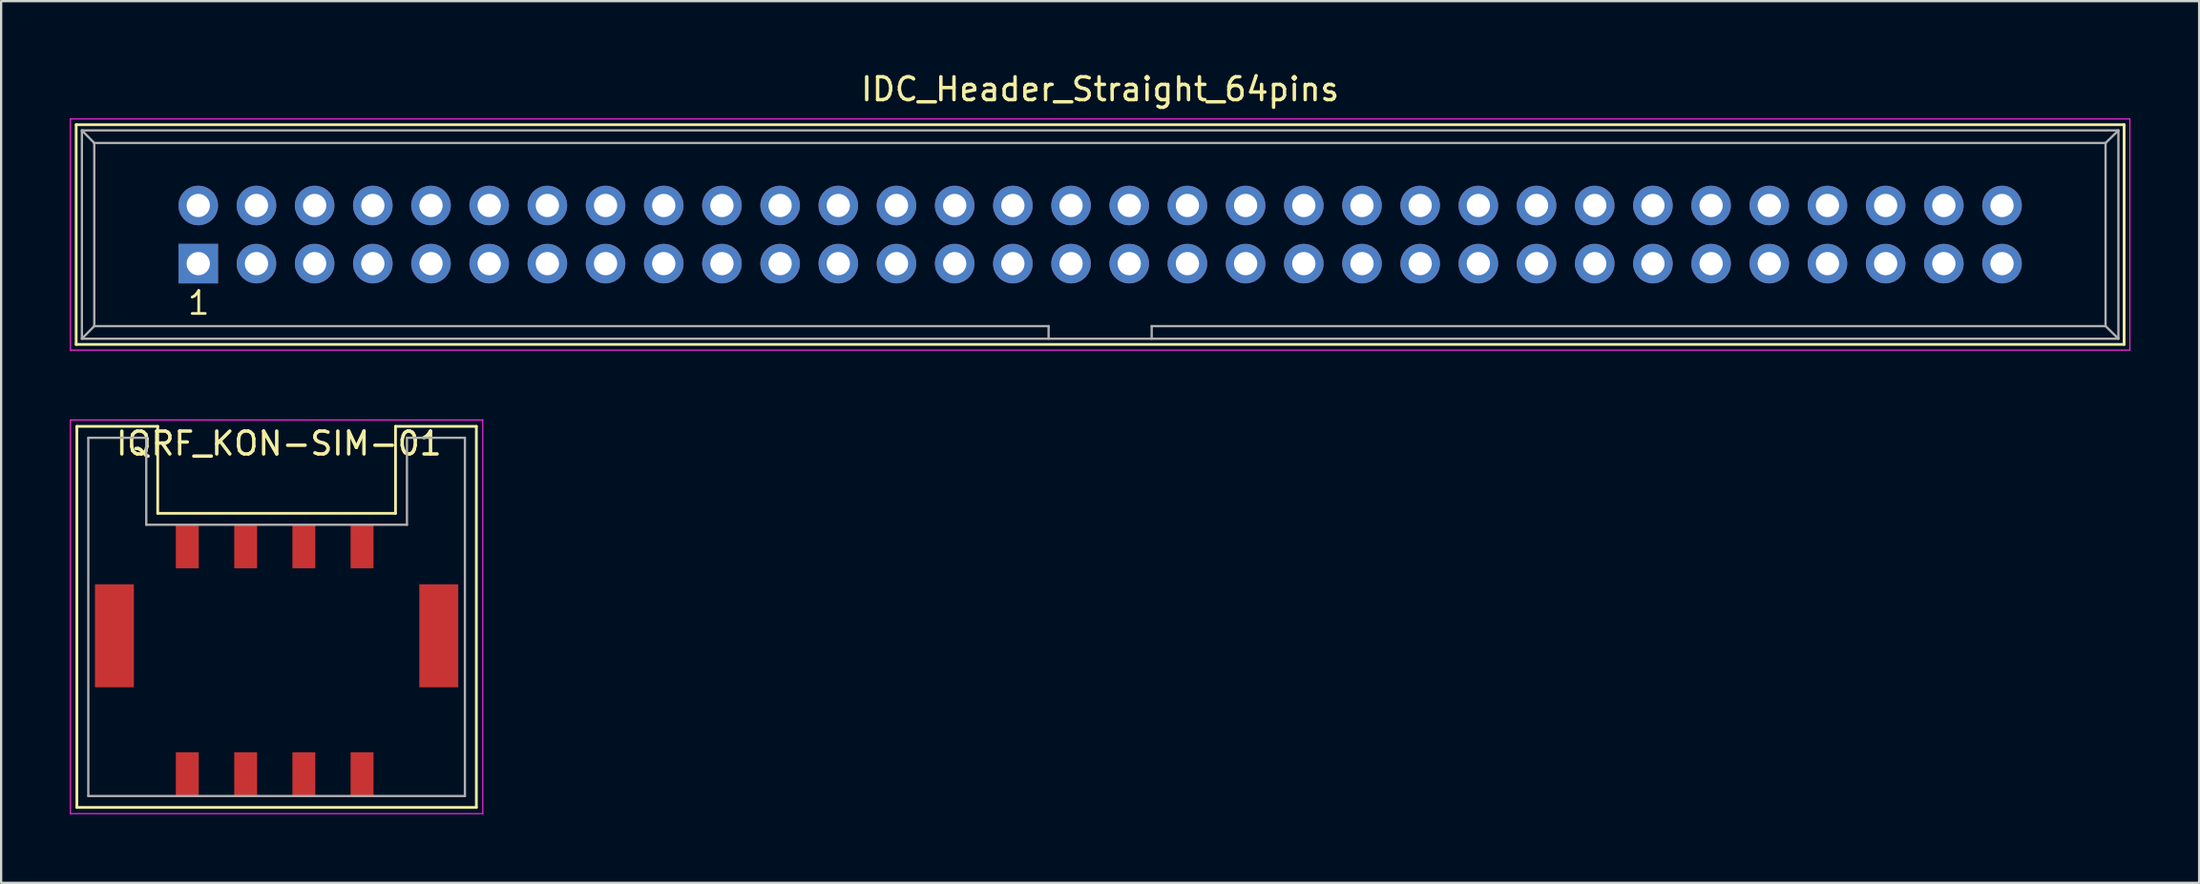
<source format=kicad_pcb>
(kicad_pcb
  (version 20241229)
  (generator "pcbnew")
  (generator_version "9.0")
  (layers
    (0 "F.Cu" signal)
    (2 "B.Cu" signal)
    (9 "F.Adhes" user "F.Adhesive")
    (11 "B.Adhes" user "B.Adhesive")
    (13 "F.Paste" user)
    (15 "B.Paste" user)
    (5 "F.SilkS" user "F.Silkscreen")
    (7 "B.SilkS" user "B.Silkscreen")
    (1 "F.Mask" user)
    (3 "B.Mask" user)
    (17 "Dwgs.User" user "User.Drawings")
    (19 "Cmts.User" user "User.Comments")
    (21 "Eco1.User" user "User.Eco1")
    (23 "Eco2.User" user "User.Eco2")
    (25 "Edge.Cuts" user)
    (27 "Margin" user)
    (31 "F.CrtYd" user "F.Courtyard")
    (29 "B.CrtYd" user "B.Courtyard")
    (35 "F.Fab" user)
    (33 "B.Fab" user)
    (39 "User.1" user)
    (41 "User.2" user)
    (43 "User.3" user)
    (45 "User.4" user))
  (footprint "IDC_Header_Straight_64pins"
    (layer "F.Cu")
    (at 5.605 8.468)
    (property "Reference" "IDC_Header_Straight_64pins" (at 39.37 -7.62 0) (layer "F.SilkS") (effects (font (size 1 1) (thickness 0.15))))
    (attr through_hole)
    (fp_line (start -5.33 -6.07) (end 84.07 -6.07) (stroke (width 0.12) (type solid)) (layer "F.SilkS"))
    (fp_line (start -5.33 3.53) (end -5.33 -6.07) (stroke (width 0.12) (type solid)) (layer "F.SilkS"))
    (fp_line (start 84.07 -6.07) (end 84.07 3.53) (stroke (width 0.12) (type solid)) (layer "F.SilkS"))
    (fp_line (start 84.07 3.53) (end -5.33 3.53) (stroke (width 0.12) (type solid)) (layer "F.SilkS"))
    (fp_line (start -5.58 -6.32) (end 84.32 -6.32) (stroke (width 0.05) (type solid)) (layer "F.CrtYd"))
    (fp_line (start -5.58 3.78) (end -5.58 -6.32) (stroke (width 0.05) (type solid)) (layer "F.CrtYd"))
    (fp_line (start 84.32 -6.32) (end 84.32 3.78) (stroke (width 0.05) (type solid)) (layer "F.CrtYd"))
    (fp_line (start 84.32 3.78) (end -5.58 3.78) (stroke (width 0.05) (type solid)) (layer "F.CrtYd"))
    (fp_line (start -5.08 -5.82) (end -5.08 3.28) (stroke (width 0.1) (type solid)) (layer "F.Fab"))
    (fp_line (start -5.08 -5.82) (end -4.54 -5.27) (stroke (width 0.1) (type solid)) (layer "F.Fab"))
    (fp_line (start -5.08 -5.82) (end 83.82 -5.82) (stroke (width 0.1) (type solid)) (layer "F.Fab"))
    (fp_line (start -5.08 3.28) (end -4.54 2.73) (stroke (width 0.1) (type solid)) (layer "F.Fab"))
    (fp_line (start -5.08 3.28) (end 83.82 3.28) (stroke (width 0.1) (type solid)) (layer "F.Fab"))
    (fp_line (start -4.54 -5.27) (end -4.54 2.73) (stroke (width 0.1) (type solid)) (layer "F.Fab"))
    (fp_line (start -4.54 -5.27) (end 83.26 -5.27) (stroke (width 0.1) (type solid)) (layer "F.Fab"))
    (fp_line (start -4.54 2.73) (end 37.12 2.73) (stroke (width 0.1) (type solid)) (layer "F.Fab"))
    (fp_line (start 37.12 2.73) (end 37.12 3.28) (stroke (width 0.1) (type solid)) (layer "F.Fab"))
    (fp_line (start 41.62 2.73) (end 41.62 3.28) (stroke (width 0.1) (type solid)) (layer "F.Fab"))
    (fp_line (start 41.62 2.73) (end 83.26 2.73) (stroke (width 0.1) (type solid)) (layer "F.Fab"))
    (fp_line (start 83.26 -5.27) (end 83.26 2.73) (stroke (width 0.1) (type solid)) (layer "F.Fab"))
    (fp_line (start 83.82 -5.82) (end 83.26 -5.27) (stroke (width 0.1) (type solid)) (layer "F.Fab"))
    (fp_line (start 83.82 -5.82) (end 83.82 3.28) (stroke (width 0.1) (type solid)) (layer "F.Fab"))
    (fp_line (start 83.82 3.28) (end 83.26 2.73) (stroke (width 0.1) (type solid)) (layer "F.Fab"))
    (fp_text user "1" (at 0.02 1.72 0) (layer "F.SilkS") (effects (font (size 1 1) (thickness 0.12))))
    (pad "1" thru_hole rect (at 0 0) (size 1.727 1.727) (drill 1.016) (layers "*.Cu" "*.Mask"))
    (pad "2" thru_hole oval (at 0 -2.54) (size 1.727 1.727) (drill 1.016) (layers "*.Cu" "*.Mask"))
    (pad "3" thru_hole oval (at 2.54 0) (size 1.727 1.727) (drill 1.016) (layers "*.Cu" "*.Mask"))
    (pad "4" thru_hole oval (at 2.54 -2.54) (size 1.727 1.727) (drill 1.016) (layers "*.Cu" "*.Mask"))
    (pad "5" thru_hole oval (at 5.08 0) (size 1.727 1.727) (drill 1.016) (layers "*.Cu" "*.Mask"))
    (pad "6" thru_hole oval (at 5.08 -2.54) (size 1.727 1.727) (drill 1.016) (layers "*.Cu" "*.Mask"))
    (pad "7" thru_hole oval (at 7.62 0) (size 1.727 1.727) (drill 1.016) (layers "*.Cu" "*.Mask"))
    (pad "8" thru_hole oval (at 7.62 -2.54) (size 1.727 1.727) (drill 1.016) (layers "*.Cu" "*.Mask"))
    (pad "9" thru_hole oval (at 10.16 0) (size 1.727 1.727) (drill 1.016) (layers "*.Cu" "*.Mask"))
    (pad "10" thru_hole oval (at 10.16 -2.54) (size 1.727 1.727) (drill 1.016) (layers "*.Cu" "*.Mask"))
    (pad "11" thru_hole oval (at 12.7 0) (size 1.727 1.727) (drill 1.016) (layers "*.Cu" "*.Mask"))
    (pad "12" thru_hole oval (at 12.7 -2.54) (size 1.727 1.727) (drill 1.016) (layers "*.Cu" "*.Mask"))
    (pad "13" thru_hole oval (at 15.24 0) (size 1.727 1.727) (drill 1.016) (layers "*.Cu" "*.Mask"))
    (pad "14" thru_hole oval (at 15.24 -2.54) (size 1.727 1.727) (drill 1.016) (layers "*.Cu" "*.Mask"))
    (pad "15" thru_hole oval (at 17.78 0) (size 1.727 1.727) (drill 1.016) (layers "*.Cu" "*.Mask"))
    (pad "16" thru_hole oval (at 17.78 -2.54) (size 1.727 1.727) (drill 1.016) (layers "*.Cu" "*.Mask"))
    (pad "17" thru_hole oval (at 20.32 0) (size 1.727 1.727) (drill 1.016) (layers "*.Cu" "*.Mask"))
    (pad "18" thru_hole oval (at 20.32 -2.54) (size 1.727 1.727) (drill 1.016) (layers "*.Cu" "*.Mask"))
    (pad "19" thru_hole oval (at 22.86 0) (size 1.727 1.727) (drill 1.016) (layers "*.Cu" "*.Mask"))
    (pad "20" thru_hole oval (at 22.86 -2.54) (size 1.727 1.727) (drill 1.016) (layers "*.Cu" "*.Mask"))
    (pad "21" thru_hole oval (at 25.4 0) (size 1.727 1.727) (drill 1.016) (layers "*.Cu" "*.Mask"))
    (pad "22" thru_hole oval (at 25.4 -2.54) (size 1.727 1.727) (drill 1.016) (layers "*.Cu" "*.Mask"))
    (pad "23" thru_hole oval (at 27.94 0) (size 1.727 1.727) (drill 1.016) (layers "*.Cu" "*.Mask"))
    (pad "24" thru_hole oval (at 27.94 -2.54) (size 1.727 1.727) (drill 1.016) (layers "*.Cu" "*.Mask"))
    (pad "25" thru_hole oval (at 30.48 0) (size 1.727 1.727) (drill 1.016) (layers "*.Cu" "*.Mask"))
    (pad "26" thru_hole oval (at 30.48 -2.54) (size 1.727 1.727) (drill 1.016) (layers "*.Cu" "*.Mask"))
    (pad "27" thru_hole oval (at 33.02 0) (size 1.727 1.727) (drill 1.016) (layers "*.Cu" "*.Mask"))
    (pad "28" thru_hole oval (at 33.02 -2.54) (size 1.727 1.727) (drill 1.016) (layers "*.Cu" "*.Mask"))
    (pad "29" thru_hole oval (at 35.56 0) (size 1.727 1.727) (drill 1.016) (layers "*.Cu" "*.Mask"))
    (pad "30" thru_hole oval (at 35.56 -2.54) (size 1.727 1.727) (drill 1.016) (layers "*.Cu" "*.Mask"))
    (pad "31" thru_hole oval (at 38.1 0) (size 1.727 1.727) (drill 1.016) (layers "*.Cu" "*.Mask"))
    (pad "32" thru_hole oval (at 38.1 -2.54) (size 1.727 1.727) (drill 1.016) (layers "*.Cu" "*.Mask"))
    (pad "33" thru_hole oval (at 40.64 0) (size 1.727 1.727) (drill 1.016) (layers "*.Cu" "*.Mask"))
    (pad "34" thru_hole oval (at 40.64 -2.54) (size 1.727 1.727) (drill 1.016) (layers "*.Cu" "*.Mask"))
    (pad "35" thru_hole oval (at 43.18 0) (size 1.727 1.727) (drill 1.016) (layers "*.Cu" "*.Mask"))
    (pad "36" thru_hole oval (at 43.18 -2.54) (size 1.727 1.727) (drill 1.016) (layers "*.Cu" "*.Mask"))
    (pad "37" thru_hole oval (at 45.72 0) (size 1.727 1.727) (drill 1.016) (layers "*.Cu" "*.Mask"))
    (pad "38" thru_hole oval (at 45.72 -2.54) (size 1.727 1.727) (drill 1.016) (layers "*.Cu" "*.Mask"))
    (pad "39" thru_hole oval (at 48.26 0) (size 1.727 1.727) (drill 1.016) (layers "*.Cu" "*.Mask"))
    (pad "40" thru_hole oval (at 48.26 -2.54) (size 1.727 1.727) (drill 1.016) (layers "*.Cu" "*.Mask"))
    (pad "41" thru_hole oval (at 50.8 0) (size 1.727 1.727) (drill 1.016) (layers "*.Cu" "*.Mask"))
    (pad "42" thru_hole oval (at 50.8 -2.54) (size 1.727 1.727) (drill 1.016) (layers "*.Cu" "*.Mask"))
    (pad "43" thru_hole oval (at 53.34 0) (size 1.727 1.727) (drill 1.016) (layers "*.Cu" "*.Mask"))
    (pad "44" thru_hole oval (at 53.34 -2.54) (size 1.727 1.727) (drill 1.016) (layers "*.Cu" "*.Mask"))
    (pad "45" thru_hole oval (at 55.88 0) (size 1.727 1.727) (drill 1.016) (layers "*.Cu" "*.Mask"))
    (pad "46" thru_hole oval (at 55.88 -2.54) (size 1.727 1.727) (drill 1.016) (layers "*.Cu" "*.Mask"))
    (pad "47" thru_hole oval (at 58.42 0) (size 1.727 1.727) (drill 1.016) (layers "*.Cu" "*.Mask"))
    (pad "48" thru_hole oval (at 58.42 -2.54) (size 1.727 1.727) (drill 1.016) (layers "*.Cu" "*.Mask"))
    (pad "49" thru_hole oval (at 60.96 0) (size 1.727 1.727) (drill 1.016) (layers "*.Cu" "*.Mask"))
    (pad "50" thru_hole oval (at 60.96 -2.54) (size 1.727 1.727) (drill 1.016) (layers "*.Cu" "*.Mask"))
    (pad "51" thru_hole oval (at 63.5 0) (size 1.727 1.727) (drill 1.016) (layers "*.Cu" "*.Mask"))
    (pad "52" thru_hole oval (at 63.5 -2.54) (size 1.727 1.727) (drill 1.016) (layers "*.Cu" "*.Mask"))
    (pad "53" thru_hole oval (at 66.04 0) (size 1.727 1.727) (drill 1.016) (layers "*.Cu" "*.Mask"))
    (pad "54" thru_hole oval (at 66.04 -2.54) (size 1.727 1.727) (drill 1.016) (layers "*.Cu" "*.Mask"))
    (pad "55" thru_hole oval (at 68.58 0) (size 1.727 1.727) (drill 1.016) (layers "*.Cu" "*.Mask"))
    (pad "56" thru_hole oval (at 68.58 -2.54) (size 1.727 1.727) (drill 1.016) (layers "*.Cu" "*.Mask"))
    (pad "57" thru_hole oval (at 71.12 0) (size 1.727 1.727) (drill 1.016) (layers "*.Cu" "*.Mask"))
    (pad "58" thru_hole oval (at 71.12 -2.54) (size 1.727 1.727) (drill 1.016) (layers "*.Cu" "*.Mask"))
    (pad "59" thru_hole oval (at 73.66 0) (size 1.727 1.727) (drill 1.016) (layers "*.Cu" "*.Mask"))
    (pad "60" thru_hole oval (at 73.66 -2.54) (size 1.727 1.727) (drill 1.016) (layers "*.Cu" "*.Mask"))
    (pad "61" thru_hole oval (at 76.2 0) (size 1.727 1.727) (drill 1.016) (layers "*.Cu" "*.Mask"))
    (pad "62" thru_hole oval (at 76.2 -2.54) (size 1.727 1.727) (drill 1.016) (layers "*.Cu" "*.Mask"))
    (pad "63" thru_hole oval (at 78.74 0) (size 1.727 1.727) (drill 1.016) (layers "*.Cu" "*.Mask"))
    (pad "64" thru_hole oval (at 78.74 -2.54) (size 1.727 1.727) (drill 1.016) (layers "*.Cu" "*.Mask")))
  (footprint "IQRF_KON-SIM-01"
    (layer "F.Cu")
    (at 9.025 25.798)
    (property "Reference" "IQRF_KON-SIM-01" (at 0.1 -9.47 0) (layer "F.SilkS") (effects (font (size 1 1) (thickness 0.15))))
    (attr smd)
    (fp_line (start -8.72 -10.22) (end -5.19 -10.22) (stroke (width 0.12) (type solid)) (layer "F.SilkS"))
    (fp_line (start -8.72 6.43) (end -8.72 -10.22) (stroke (width 0.12) (type solid)) (layer "F.SilkS"))
    (fp_line (start -8.72 6.43) (end 8.72 6.43) (stroke (width 0.12) (type solid)) (layer "F.SilkS"))
    (fp_line (start -5.19 -10.22) (end -5.19 -6.42) (stroke (width 0.12) (type solid)) (layer "F.SilkS"))
    (fp_line (start -5.19 -6.42) (end 5.19 -6.42) (stroke (width 0.12) (type solid)) (layer "F.SilkS"))
    (fp_line (start 5.19 -10.22) (end 8.72 -10.22) (stroke (width 0.12) (type solid)) (layer "F.SilkS"))
    (fp_line (start 5.19 -6.42) (end 5.19 -10.22) (stroke (width 0.12) (type solid)) (layer "F.SilkS"))
    (fp_line (start 8.72 6.43) (end 8.72 -10.22) (stroke (width 0.12) (type solid)) (layer "F.SilkS"))
    (fp_line (start -9 -10.5) (end 9 -10.5) (stroke (width 0.05) (type solid)) (layer "F.CrtYd"))
    (fp_line (start -9 6.7) (end -9 -10.5) (stroke (width 0.05) (type solid)) (layer "F.CrtYd"))
    (fp_line (start -9 6.7) (end 9 6.7) (stroke (width 0.05) (type solid)) (layer "F.CrtYd"))
    (fp_line (start 9 6.7) (end 9 -10.5) (stroke (width 0.05) (type solid)) (layer "F.CrtYd"))
    (fp_line (start -8.22 -9.72) (end -8.22 5.93) (stroke (width 0.1) (type solid)) (layer "F.Fab"))
    (fp_line (start -8.22 -9.72) (end -5.69 -9.72) (stroke (width 0.1) (type solid)) (layer "F.Fab"))
    (fp_line (start -8.22 5.93) (end 8.22 5.93) (stroke (width 0.1) (type solid)) (layer "F.Fab"))
    (fp_line (start -5.69 -9.72) (end -5.69 -5.92) (stroke (width 0.1) (type solid)) (layer "F.Fab"))
    (fp_line (start -5.69 -5.92) (end 5.69 -5.92) (stroke (width 0.1) (type solid)) (layer "F.Fab"))
    (fp_line (start 5.69 -9.72) (end 5.69 -5.92) (stroke (width 0.1) (type solid)) (layer "F.Fab"))
    (fp_line (start 5.69 -9.72) (end 8.22 -9.72) (stroke (width 0.1) (type solid)) (layer "F.Fab"))
    (fp_line (start 8.22 5.93) (end 8.22 -9.72) (stroke (width 0.1) (type solid)) (layer "F.Fab"))
    (pad "1" smd rect (at -3.9 -4.97) (size 1 1.9) (layers "F.Cu" "F.Mask" "F.Paste"))
    (pad "2" smd rect (at -1.35 -4.97) (size 1 1.9) (layers "F.Cu" "F.Mask" "F.Paste"))
    (pad "3" smd rect (at 1.19 -4.97) (size 1 1.9) (layers "F.Cu" "F.Mask" "F.Paste"))
    (pad "4" smd rect (at 3.73 -4.97) (size 1 1.9) (layers "F.Cu" "F.Mask" "F.Paste"))
    (pad "5" smd rect (at -3.9 4.97) (size 1 1.9) (layers "F.Cu" "F.Mask" "F.Paste"))
    (pad "6" smd rect (at -1.35 4.97) (size 1 1.9) (layers "F.Cu" "F.Mask" "F.Paste"))
    (pad "7" smd rect (at 1.19 4.97) (size 1 1.9) (layers "F.Cu" "F.Mask" "F.Paste"))
    (pad "8" smd rect (at 3.73 4.97) (size 1 1.9) (layers "F.Cu" "F.Mask" "F.Paste"))
    (pad "9" smd rect (at -7.08 -1.07) (size 1.7 4.5) (layers "F.Cu" "F.Mask" "F.Paste"))
    (pad "9" smd rect (at 7.08 -1.07) (size 1.7 4.5) (layers "F.Cu" "F.Mask" "F.Paste")))
  (gr_rect
    (start -3 -3)
    (end 92.95 35.523)
    (stroke (width 0.1) (type default))
    (fill no)
    (layer "Edge.Cuts")))
</source>
